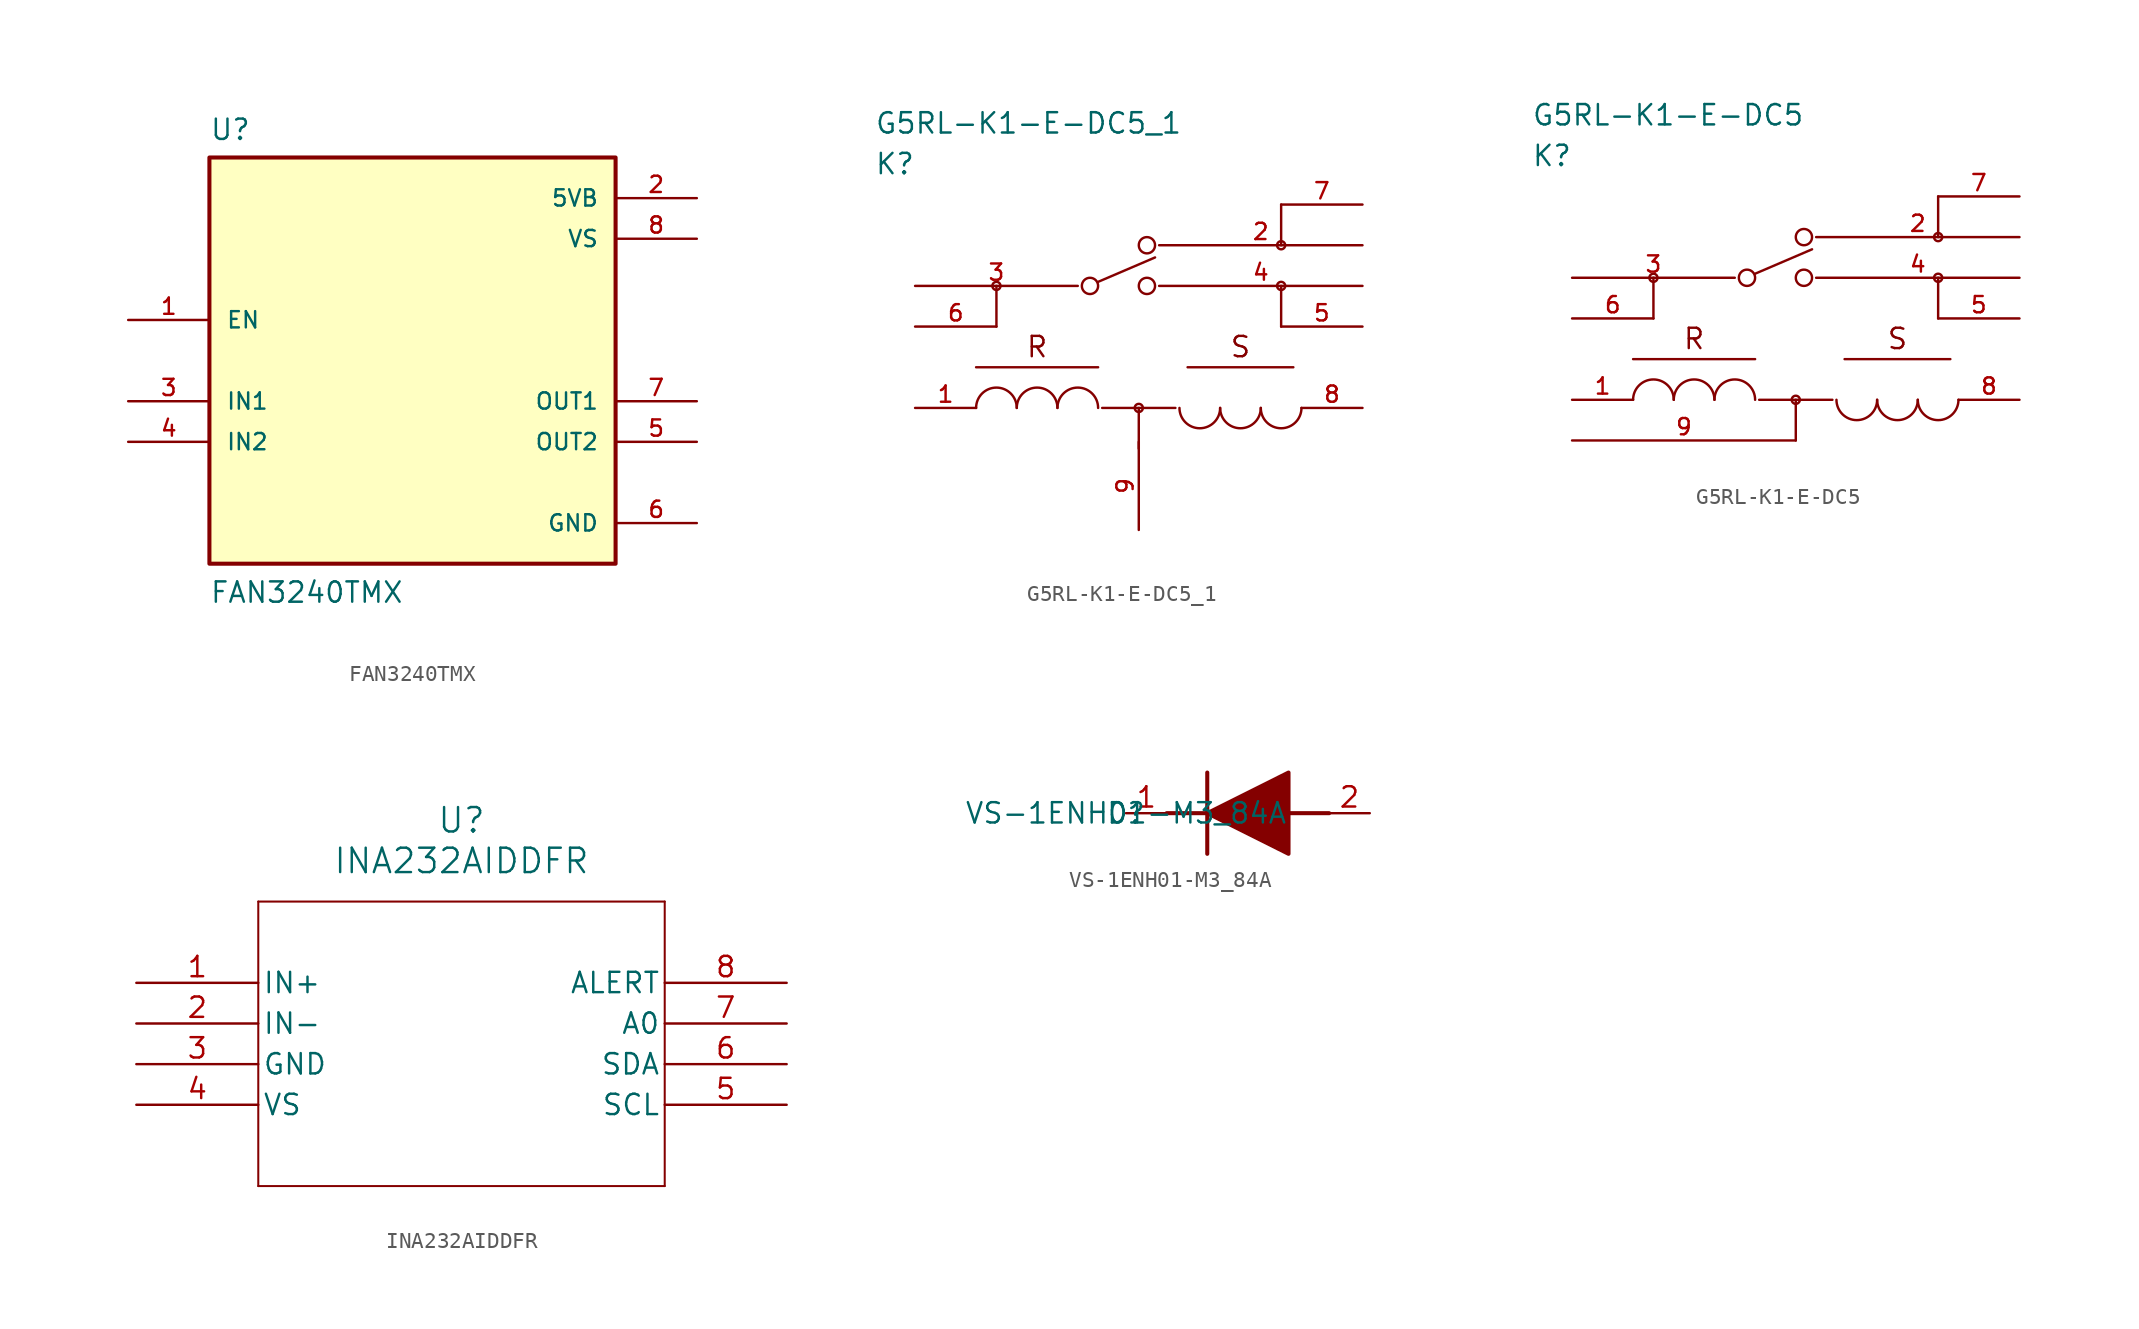
<source format=kicad_sym>
(kicad_symbol_lib
  (version 20220914)
  (generator kicad_symbol_editor)
  (symbol "FAN3240TMX"
    (pin_names
      (offset 1.016))
    (property "Reference" "U"
      (at -12.7 13.7 0)
      (effects (font (size 1.27 1.27)) (justify left bottom)))
    (property "Value" "FAN3240TMX"
      (at -12.7 -15.24 0)
      (effects (font (size 1.27 1.27)) (justify left bottom)))
    (symbol "FAN3240TMX_0_0"
      (rectangle (start -12.7 -12.7) (end 12.7 12.7) (stroke (width 0.254) (type default)) (fill (type background)))
      (pin input line (at -17.78 2.54 0) (length 5.08) (name "EN" (effects (font (size 1.016 1.016)))) (number "1" (effects (font (size 1.016 1.016)))))
      (pin power_in line (at 17.78 10.16 180) (length 5.08) (name "5VB" (effects (font (size 1.016 1.016)))) (number "2" (effects (font (size 1.016 1.016)))))
      (pin input line (at -17.78 -2.54 0) (length 5.08) (name "IN1" (effects (font (size 1.016 1.016)))) (number "3" (effects (font (size 1.016 1.016)))))
      (pin input line (at -17.78 -5.08 0) (length 5.08) (name "IN2" (effects (font (size 1.016 1.016)))) (number "4" (effects (font (size 1.016 1.016)))))
      (pin output line (at 17.78 -5.08 180) (length 5.08) (name "OUT2" (effects (font (size 1.016 1.016)))) (number "5" (effects (font (size 1.016 1.016)))))
      (pin power_in line (at 17.78 -10.16 180) (length 5.08) (name "GND" (effects (font (size 1.016 1.016)))) (number "6" (effects (font (size 1.016 1.016)))))
      (pin output line (at 17.78 -2.54 180) (length 5.08) (name "OUT1" (effects (font (size 1.016 1.016)))) (number "7" (effects (font (size 1.016 1.016)))))
      (pin power_in line (at 17.78 7.62 180) (length 5.08) (name "VS" (effects (font (size 1.016 1.016)))) (number "8" (effects (font (size 1.016 1.016)))))))
  (symbol "G5RL-K1-E-DC5_1"
    (pin_names
      (offset 1.016))
    (property "Reference" "K"
      (at 0 7.62 0)
      (effects (font (size 1.27 1.27)) (justify left)))
    (property "Value" "G5RL-K1-E-DC5_1"
      (at 0 10.16 0)
      (effects (font (size 1.27 1.27)) (justify left)))
    (symbol "G5RL-K1-E-DC5_1_0_0"
      (text "R" (at 10.16 -3.81 0) (effects (font (size 1.27 1.27))))
      (text "S" (at 22.86 -3.81 0) (effects (font (size 1.27 1.27)))))
    (symbol "G5RL-K1-E-DC5_1_1_1"
      (polyline (pts (xy 6.35 -5.08) (xy 13.97 -5.08)) (stroke (width 0) (type default)) (fill (type none)))
      (polyline (pts (xy 7.62 -2.54) (xy 7.62 0)) (stroke (width 0) (type default)) (fill (type none)))
      (polyline (pts (xy 13.97 0.254) (xy 17.526 1.778)) (stroke (width 0) (type default)) (fill (type none)))
      (polyline (pts (xy 14.224 -7.62) (xy 18.796 -7.62)) (stroke (width 0) (type default)) (fill (type none)))
      (polyline (pts (xy 16.51 -7.62) (xy 16.51 -10.16)) (stroke (width 0) (type default)) (fill (type none)))
      (polyline (pts (xy 25.4 -2.54) (xy 25.4 0)) (stroke (width 0) (type default)) (fill (type none)))
      (polyline (pts (xy 25.4 5.08) (xy 25.4 2.54)) (stroke (width 0) (type default)) (fill (type none)))
      (polyline (pts (xy 26.162 -5.08) (xy 19.558 -5.08)) (stroke (width 0) (type default)) (fill (type none)))
      (circle (center 7.62 0) (radius 0.254) (stroke (width 0) (type default)) (fill (type none)))
      (arc (start 8.89 -7.62) (mid 7.62 -6.3555) (end 6.35 -7.62) (stroke (width 0) (type default)) (fill (type none)))
      (arc (start 11.43 -7.62) (mid 10.16 -6.3555) (end 8.89 -7.62) (stroke (width 0) (type default)) (fill (type none)))
      (circle (center 13.462 0) (radius 0.508) (stroke (width 0) (type default)) (fill (type none)))
      (arc (start 13.97 -7.62) (mid 12.7 -6.3555) (end 11.43 -7.62) (stroke (width 0) (type default)) (fill (type none)))
      (circle (center 16.51 -7.62) (radius 0.254) (stroke (width 0) (type default)) (fill (type none)))
      (circle (center 17.018 0) (radius 0.508) (stroke (width 0) (type default)) (fill (type none)))
      (circle (center 17.018 2.54) (radius 0.508) (stroke (width 0) (type default)) (fill (type none)))
      (arc (start 19.05 -7.62) (mid 20.32 -8.8845) (end 21.59 -7.62) (stroke (width 0) (type default)) (fill (type none)))
      (arc (start 21.59 -7.62) (mid 22.86 -8.8845) (end 24.13 -7.62) (stroke (width 0) (type default)) (fill (type none)))
      (arc (start 24.13 -7.62) (mid 25.4 -8.8845) (end 26.67 -7.62) (stroke (width 0) (type default)) (fill (type none)))
      (circle (center 25.4 0) (radius 0.254) (stroke (width 0) (type default)) (fill (type none)))
      (circle (center 25.4 2.54) (radius 0.254) (stroke (width 0) (type default)) (fill (type none)))
      (pin passive line (at 2.54 -7.62 0) (length 3.81) (name "R-" (effects (font (size 0 0)))) (number "1" (effects (font (size 1.016 1.016)))))
      (pin passive line (at 30.48 2.54 180) (length 12.7) (name "2" (effects (font (size 0 0)))) (number "2" (effects (font (size 1.016 1.016)))))
      (pin passive line (at 2.54 0 0) (length 10.16) (name "3" (effects (font (size 0 0)))) (number "3" (effects (font (size 1.016 1.016)))))
      (pin passive line (at 30.48 0 180) (length 12.7) (name "4" (effects (font (size 0 0)))) (number "4" (effects (font (size 1.016 1.016)))))
      (pin passive line (at 30.48 -2.54 180) (length 5.08) (name "5" (effects (font (size 0 0)))) (number "5" (effects (font (size 1.016 1.016)))))
      (pin passive line (at 2.54 -2.54 0) (length 5.08) (name "6" (effects (font (size 0 0)))) (number "6" (effects (font (size 1.016 1.016)))))
      (pin passive line (at 30.48 5.08 180) (length 5.08) (name "7" (effects (font (size 0 0)))) (number "7" (effects (font (size 1.016 1.016)))))
      (pin passive line (at 30.48 -7.62 180) (length 3.81) (name "S-" (effects (font (size 0 0)))) (number "8" (effects (font (size 1.016 1.016)))))
      (pin passive line (at 16.51 -15.24 90) (length 5.5) (name "S+/R+" (effects (font (size 0 0)))) (number "9" (effects (font (size 1.016 1.016)))))))
  (symbol "G5RL-K1-E-DC5"
    (pin_names
      (offset 1.016))
    (property "Reference" "K"
      (at 0 7.62 0)
      (effects (font (size 1.27 1.27)) (justify left)))
    (property "Value" "G5RL-K1-E-DC5"
      (at 0 10.16 0)
      (effects (font (size 1.27 1.27)) (justify left)))
    (symbol "G5RL-K1-E-DC5_0_0"
      (text "R" (at 10.16 -3.81 0) (effects (font (size 1.27 1.27))))
      (text "S" (at 22.86 -3.81 0) (effects (font (size 1.27 1.27)))))
    (symbol "G5RL-K1-E-DC5_1_1"
      (polyline (pts (xy 6.35 -5.08) (xy 13.97 -5.08)) (stroke (width 0) (type default)) (fill (type none)))
      (polyline (pts (xy 7.62 -2.54) (xy 7.62 0)) (stroke (width 0) (type default)) (fill (type none)))
      (polyline (pts (xy 13.97 0.254) (xy 17.526 1.778)) (stroke (width 0) (type default)) (fill (type none)))
      (polyline (pts (xy 14.224 -7.62) (xy 18.796 -7.62)) (stroke (width 0) (type default)) (fill (type none)))
      (polyline (pts (xy 16.51 -7.62) (xy 16.51 -10.16)) (stroke (width 0) (type default)) (fill (type none)))
      (polyline (pts (xy 25.4 -2.54) (xy 25.4 0)) (stroke (width 0) (type default)) (fill (type none)))
      (polyline (pts (xy 25.4 5.08) (xy 25.4 2.54)) (stroke (width 0) (type default)) (fill (type none)))
      (polyline (pts (xy 26.162 -5.08) (xy 19.558 -5.08)) (stroke (width 0) (type default)) (fill (type none)))
      (circle (center 7.62 0) (radius 0.254) (stroke (width 0) (type default)) (fill (type none)))
      (arc (start 8.89 -7.62) (mid 7.62 -6.3555) (end 6.35 -7.62) (stroke (width 0) (type default)) (fill (type none)))
      (arc (start 11.43 -7.62) (mid 10.16 -6.3555) (end 8.89 -7.62) (stroke (width 0) (type default)) (fill (type none)))
      (circle (center 13.462 0) (radius 0.508) (stroke (width 0) (type default)) (fill (type none)))
      (arc (start 13.97 -7.62) (mid 12.7 -6.3555) (end 11.43 -7.62) (stroke (width 0) (type default)) (fill (type none)))
      (circle (center 16.51 -7.62) (radius 0.254) (stroke (width 0) (type default)) (fill (type none)))
      (circle (center 17.018 0) (radius 0.508) (stroke (width 0) (type default)) (fill (type none)))
      (circle (center 17.018 2.54) (radius 0.508) (stroke (width 0) (type default)) (fill (type none)))
      (arc (start 19.05 -7.62) (mid 20.32 -8.8845) (end 21.59 -7.62) (stroke (width 0) (type default)) (fill (type none)))
      (arc (start 21.59 -7.62) (mid 22.86 -8.8845) (end 24.13 -7.62) (stroke (width 0) (type default)) (fill (type none)))
      (arc (start 24.13 -7.62) (mid 25.4 -8.8845) (end 26.67 -7.62) (stroke (width 0) (type default)) (fill (type none)))
      (circle (center 25.4 0) (radius 0.254) (stroke (width 0) (type default)) (fill (type none)))
      (circle (center 25.4 2.54) (radius 0.254) (stroke (width 0) (type default)) (fill (type none)))
      (pin passive line (at 2.54 -7.62 0) (length 3.81) (name "R-" (effects (font (size 0 0)))) (number "1" (effects (font (size 1.016 1.016)))))
      (pin passive line (at 30.48 2.54 180) (length 12.7) (name "2" (effects (font (size 0 0)))) (number "2" (effects (font (size 1.016 1.016)))))
      (pin passive line (at 2.54 0 0) (length 10.16) (name "3" (effects (font (size 0 0)))) (number "3" (effects (font (size 1.016 1.016)))))
      (pin passive line (at 30.48 0 180) (length 12.7) (name "4" (effects (font (size 0 0)))) (number "4" (effects (font (size 1.016 1.016)))))
      (pin passive line (at 30.48 -2.54 180) (length 5.08) (name "5" (effects (font (size 0 0)))) (number "5" (effects (font (size 1.016 1.016)))))
      (pin passive line (at 2.54 -2.54 0) (length 5.08) (name "6" (effects (font (size 0 0)))) (number "6" (effects (font (size 1.016 1.016)))))
      (pin passive line (at 30.48 5.08 180) (length 5.08) (name "7" (effects (font (size 0 0)))) (number "7" (effects (font (size 1.016 1.016)))))
      (pin passive line (at 30.48 -7.62 180) (length 3.81) (name "S-" (effects (font (size 0 0)))) (number "8" (effects (font (size 1.016 1.016)))))
      (pin passive line (at 2.54 -10.16 0) (length 13.97) (name "S+/R+" (effects (font (size 0 0)))) (number "9" (effects (font (size 1.016 1.016)))))))
  (symbol "INA232AIDDFR"
    (pin_names
      (offset 0.254))
    (property "Reference" "U"
      (at 20.32 10.16 0)
      (effects (font (size 1.524 1.524))))
    (property "Value" "INA232AIDDFR"
      (at 20.32 7.62 0)
      (effects (font (size 1.524 1.524))))
    (symbol "INA232AIDDFR_0_1"
      (polyline (pts (xy 7.62 -12.7) (xy 33.02 -12.7)) (stroke (width 0.127) (type default)) (fill (type none)))
      (polyline (pts (xy 7.62 5.08) (xy 7.62 -12.7)) (stroke (width 0.127) (type default)) (fill (type none)))
      (polyline (pts (xy 33.02 -12.7) (xy 33.02 5.08)) (stroke (width 0.127) (type default)) (fill (type none)))
      (polyline (pts (xy 33.02 5.08) (xy 7.62 5.08)) (stroke (width 0.127) (type default)) (fill (type none)))
      (pin input line (at 0 0 0) (length 7.62) (name "IN+" (effects (font (size 1.27 1.27)))) (number "1" (effects (font (size 1.27 1.27)))))
      (pin input line (at 0 -2.54 0) (length 7.62) (name "IN-" (effects (font (size 1.27 1.27)))) (number "2" (effects (font (size 1.27 1.27))))))
    (symbol "INA232AIDDFR_1_1"
      (pin power_in line (at 0 -5.08 0) (length 7.62) (name "GND" (effects (font (size 1.27 1.27)))) (number "3" (effects (font (size 1.27 1.27)))))
      (pin power_in line (at 0 -7.62 0) (length 7.62) (name "VS" (effects (font (size 1.27 1.27)))) (number "4" (effects (font (size 1.27 1.27)))))
      (pin input line (at 40.64 -7.62 180) (length 7.62) (name "SCL" (effects (font (size 1.27 1.27)))) (number "5" (effects (font (size 1.27 1.27)))))
      (pin bidirectional line (at 40.64 -5.08 180) (length 7.62) (name "SDA" (effects (font (size 1.27 1.27)))) (number "6" (effects (font (size 1.27 1.27)))))
      (pin input line (at 40.64 -2.54 180) (length 7.62) (name "A0" (effects (font (size 1.27 1.27)))) (number "7" (effects (font (size 1.27 1.27)))))
      (pin output line (at 40.64 0 180) (length 7.62) (name "ALERT" (effects (font (size 1.27 1.27)))) (number "8" (effects (font (size 1.27 1.27)))))))
  (symbol "VS-1ENH01-M3_84A"
    (pin_names hide)
    (property "Reference" "D"
      (at 0 0 0)
      (effects (font (size 1.27 1.27))))
    (property "Value" "VS-1ENH01-M3_84A"
      (at 0 0 0)
      (effects (font (size 1.27 1.27))))
    (symbol "VS-1ENH01-M3_84A_1_1"
      (polyline (pts (xy 2.54 0) (xy 5.08 0)) (stroke (width 0.254) (type default)) (fill (type none)))
      (polyline (pts (xy 5.08 2.54) (xy 5.08 -2.54)) (stroke (width 0.254) (type default)) (fill (type none)))
      (polyline (pts (xy 10.16 0) (xy 12.7 0)) (stroke (width 0.254) (type default)) (fill (type none)))
      (polyline (pts (xy 5.08 0) (xy 10.16 2.54) (xy 10.16 -2.54) (xy 5.08 0)) (stroke (width 0.254) (type default)) (fill (type outline)))
      (pin passive line (at 0 0 0) (length 2.54) (name "K" (effects (font (size 1.27 1.27)))) (number "1" (effects (font (size 1.27 1.27)))))
      (pin passive line (at 15.24 0 180) (length 2.54) (name "A" (effects (font (size 1.27 1.27)))) (number "2" (effects (font (size 1.27 1.27))))))))
</source>
